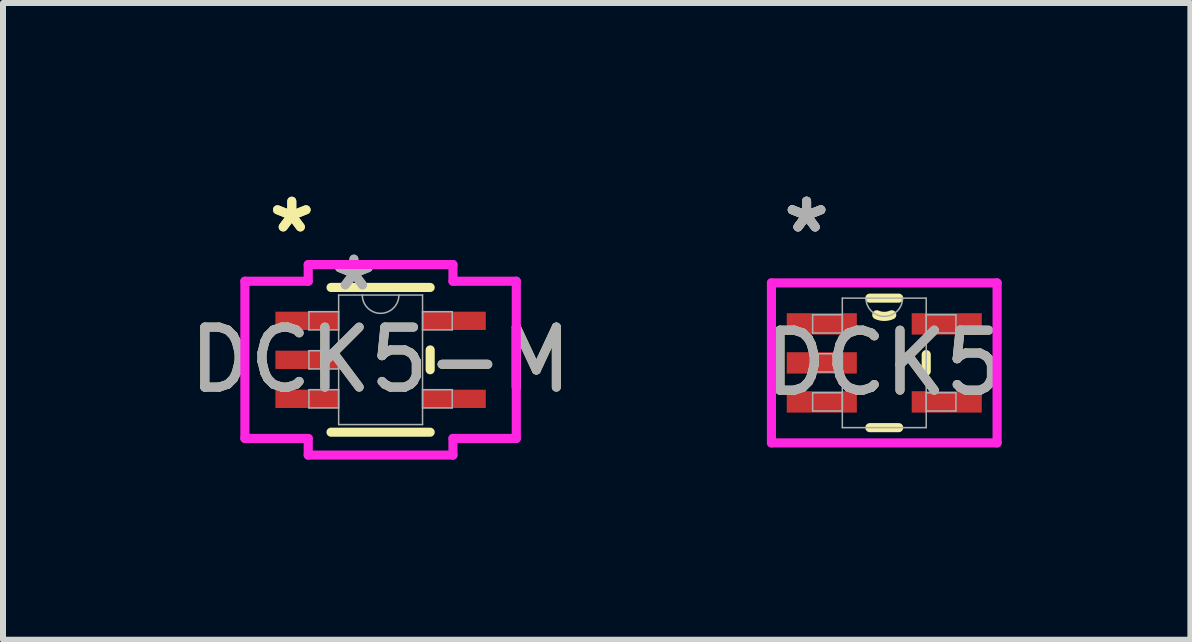
<source format=kicad_pcb>
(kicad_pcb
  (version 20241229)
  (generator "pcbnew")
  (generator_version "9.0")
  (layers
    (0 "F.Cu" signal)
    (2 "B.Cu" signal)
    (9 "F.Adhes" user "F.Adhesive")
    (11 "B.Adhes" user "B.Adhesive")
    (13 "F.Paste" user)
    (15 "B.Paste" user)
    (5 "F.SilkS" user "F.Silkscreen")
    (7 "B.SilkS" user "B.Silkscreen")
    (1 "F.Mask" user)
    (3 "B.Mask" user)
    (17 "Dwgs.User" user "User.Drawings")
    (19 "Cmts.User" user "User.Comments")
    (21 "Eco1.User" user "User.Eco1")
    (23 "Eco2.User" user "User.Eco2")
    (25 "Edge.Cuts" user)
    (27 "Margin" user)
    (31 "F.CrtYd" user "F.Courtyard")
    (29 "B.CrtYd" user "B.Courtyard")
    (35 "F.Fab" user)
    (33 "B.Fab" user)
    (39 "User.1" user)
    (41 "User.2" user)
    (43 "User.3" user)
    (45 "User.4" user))
  (footprint "DCK5-M"
    (layer "F.Cu")
    (at 3.292 2.946)
    (property "Reference" "DCK5-M" (at 0 0 0) (unlocked yes) (layer "F.SilkS") (effects (font (size 1 1) (thickness 0.15))))
    (attr smd)
    (fp_line (start -0.826 1.206) (end 0.826 1.206) (stroke (width 0.152) (type solid)) (layer "F.SilkS"))
    (fp_line (start 0.826 -1.206) (end -0.826 -1.206) (stroke (width 0.152) (type solid)) (layer "F.SilkS"))
    (fp_line (start 0.826 0.165) (end 0.826 -0.165) (stroke (width 0.152) (type solid)) (layer "F.SilkS"))
    (fp_line (start -2.261 -1.31) (end -1.206 -1.31) (stroke (width 0.152) (type solid)) (layer "F.CrtYd"))
    (fp_line (start -2.261 1.31) (end -2.261 -1.31) (stroke (width 0.152) (type solid)) (layer "F.CrtYd"))
    (fp_line (start -1.206 -1.587) (end 1.206 -1.587) (stroke (width 0.152) (type solid)) (layer "F.CrtYd"))
    (fp_line (start -1.206 -1.31) (end -1.206 -1.587) (stroke (width 0.152) (type solid)) (layer "F.CrtYd"))
    (fp_line (start -1.206 1.31) (end -2.261 1.31) (stroke (width 0.152) (type solid)) (layer "F.CrtYd"))
    (fp_line (start -1.206 1.587) (end -1.206 1.31) (stroke (width 0.152) (type solid)) (layer "F.CrtYd"))
    (fp_line (start 1.206 -1.587) (end 1.206 -1.31) (stroke (width 0.152) (type solid)) (layer "F.CrtYd"))
    (fp_line (start 1.206 -1.31) (end 2.261 -1.31) (stroke (width 0.152) (type solid)) (layer "F.CrtYd"))
    (fp_line (start 1.206 1.31) (end 1.206 1.587) (stroke (width 0.152) (type solid)) (layer "F.CrtYd"))
    (fp_line (start 1.206 1.587) (end -1.206 1.587) (stroke (width 0.152) (type solid)) (layer "F.CrtYd"))
    (fp_line (start 2.261 -1.31) (end 2.261 1.31) (stroke (width 0.152) (type solid)) (layer "F.CrtYd"))
    (fp_line (start 2.261 1.31) (end 1.206 1.31) (stroke (width 0.152) (type solid)) (layer "F.CrtYd"))
    (fp_line (start -1.194 -0.802) (end -1.194 -0.498) (stroke (width 0.025) (type solid)) (layer "F.Fab"))
    (fp_line (start -1.194 -0.498) (end -0.699 -0.498) (stroke (width 0.025) (type solid)) (layer "F.Fab"))
    (fp_line (start -1.194 -0.152) (end -1.194 0.152) (stroke (width 0.025) (type solid)) (layer "F.Fab"))
    (fp_line (start -1.194 0.152) (end -0.699 0.152) (stroke (width 0.025) (type solid)) (layer "F.Fab"))
    (fp_line (start -1.194 0.498) (end -1.194 0.802) (stroke (width 0.025) (type solid)) (layer "F.Fab"))
    (fp_line (start -1.194 0.802) (end -0.699 0.802) (stroke (width 0.025) (type solid)) (layer "F.Fab"))
    (fp_line (start -0.699 -1.079) (end -0.699 1.079) (stroke (width 0.025) (type solid)) (layer "F.Fab"))
    (fp_line (start -0.699 -0.802) (end -1.194 -0.802) (stroke (width 0.025) (type solid)) (layer "F.Fab"))
    (fp_line (start -0.699 -0.498) (end -0.699 -0.802) (stroke (width 0.025) (type solid)) (layer "F.Fab"))
    (fp_line (start -0.699 -0.152) (end -1.194 -0.152) (stroke (width 0.025) (type solid)) (layer "F.Fab"))
    (fp_line (start -0.699 0.152) (end -0.699 -0.152) (stroke (width 0.025) (type solid)) (layer "F.Fab"))
    (fp_line (start -0.699 0.498) (end -1.194 0.498) (stroke (width 0.025) (type solid)) (layer "F.Fab"))
    (fp_line (start -0.699 0.802) (end -0.699 0.498) (stroke (width 0.025) (type solid)) (layer "F.Fab"))
    (fp_line (start -0.699 1.079) (end 0.699 1.079) (stroke (width 0.025) (type solid)) (layer "F.Fab"))
    (fp_line (start 0.699 -1.079) (end -0.699 -1.079) (stroke (width 0.025) (type solid)) (layer "F.Fab"))
    (fp_line (start 0.699 -0.802) (end 0.699 -0.498) (stroke (width 0.025) (type solid)) (layer "F.Fab"))
    (fp_line (start 0.699 -0.498) (end 1.194 -0.498) (stroke (width 0.025) (type solid)) (layer "F.Fab"))
    (fp_line (start 0.699 0.498) (end 0.699 0.802) (stroke (width 0.025) (type solid)) (layer "F.Fab"))
    (fp_line (start 0.699 0.802) (end 1.194 0.802) (stroke (width 0.025) (type solid)) (layer "F.Fab"))
    (fp_line (start 0.699 1.079) (end 0.699 -1.079) (stroke (width 0.025) (type solid)) (layer "F.Fab"))
    (fp_line (start 1.194 -0.802) (end 0.699 -0.802) (stroke (width 0.025) (type solid)) (layer "F.Fab"))
    (fp_line (start 1.194 -0.498) (end 1.194 -0.802) (stroke (width 0.025) (type solid)) (layer "F.Fab"))
    (fp_line (start 1.194 0.498) (end 0.699 0.498) (stroke (width 0.025) (type solid)) (layer "F.Fab"))
    (fp_line (start 1.194 0.802) (end 1.194 0.498) (stroke (width 0.025) (type solid)) (layer "F.Fab"))
    (fp_arc (start 0.3048 -1.0795) (mid 0 -0.7747) (end -0.3048 -1.0795) (stroke (width 0.0254) (type solid)) (layer "F.Fab"))
    (fp_text user "*" (at -1.48 -2.098 0) (layer "F.SilkS") (effects (font (size 1 1) (thickness 0.15))))
    (fp_text user "*" (at -1.48 -2.098 0) (unlocked yes) (layer "F.SilkS") (effects (font (size 1 1) (thickness 0.15))))
    (fp_text user "*" (at -0.445 -1.133 0) (unlocked yes) (layer "F.Fab") (effects (font (size 1 1) (thickness 0.15))))
    (fp_text user "*" (at -0.445 -1.133 0) (layer "F.Fab") (effects (font (size 1 1) (thickness 0.15))))
    (fp_text user "${REFERENCE}" (at 0 0 0) (unlocked yes) (layer "F.Fab") (effects (font (size 1 1) (thickness 0.15))))
    (pad "1" smd rect (at -1.226 -0.65) (size 1.054 0.305) (layers "F.Cu" "F.Mask" "F.Paste"))
    (pad "2" smd rect (at -1.226 0) (size 1.054 0.305) (layers "F.Cu" "F.Mask" "F.Paste"))
    (pad "3" smd rect (at -1.226 0.65) (size 1.054 0.305) (layers "F.Cu" "F.Mask" "F.Paste"))
    (pad "4" smd rect (at 1.226 0.65) (size 1.054 0.305) (layers "F.Cu" "F.Mask" "F.Paste"))
    (pad "5" smd rect (at 1.226 -0.65) (size 1.054 0.305) (layers "F.Cu" "F.Mask" "F.Paste")))
  (footprint "DCK5"
    (layer "F.Cu")
    (at 11.685 2.997)
    (property "Reference" "DCK5" (at 0 0 0) (unlocked yes) (layer "F.SilkS") (effects (font (size 1 1) (thickness 0.15))))
    (attr smd)
    (fp_line (start -0.24 1.079) (end 0.24 1.079) (stroke (width 0.152) (type solid)) (layer "F.SilkS"))
    (fp_line (start 0.24 -1.079) (end -0.24 -1.079) (stroke (width 0.152) (type solid)) (layer "F.SilkS"))
    (fp_line (start 0.699 0.139) (end 0.699 -0.139) (stroke (width 0.152) (type solid)) (layer "F.SilkS"))
    (fp_arc (start 0.12446 -0.801269) (mid 0 -0.7747) (end -0.12446 -0.801269) (stroke (width 0.1524) (type solid)) (layer "F.SilkS"))
    (fp_line (start -1.88 -1.333) (end 1.88 -1.333) (stroke (width 0.152) (type solid)) (layer "F.CrtYd"))
    (fp_line (start -1.88 1.333) (end -1.88 -1.333) (stroke (width 0.152) (type solid)) (layer "F.CrtYd"))
    (fp_line (start 1.88 -1.333) (end 1.88 1.333) (stroke (width 0.152) (type solid)) (layer "F.CrtYd"))
    (fp_line (start 1.88 1.333) (end -1.88 1.333) (stroke (width 0.152) (type solid)) (layer "F.CrtYd"))
    (fp_line (start -1.194 -0.802) (end -1.194 -0.498) (stroke (width 0.025) (type solid)) (layer "F.Fab"))
    (fp_line (start -1.194 -0.498) (end -0.699 -0.498) (stroke (width 0.025) (type solid)) (layer "F.Fab"))
    (fp_line (start -1.194 -0.152) (end -1.194 0.152) (stroke (width 0.025) (type solid)) (layer "F.Fab"))
    (fp_line (start -1.194 0.152) (end -0.699 0.152) (stroke (width 0.025) (type solid)) (layer "F.Fab"))
    (fp_line (start -1.194 0.498) (end -1.194 0.802) (stroke (width 0.025) (type solid)) (layer "F.Fab"))
    (fp_line (start -1.194 0.802) (end -0.699 0.802) (stroke (width 0.025) (type solid)) (layer "F.Fab"))
    (fp_line (start -0.699 -1.079) (end -0.699 1.079) (stroke (width 0.025) (type solid)) (layer "F.Fab"))
    (fp_line (start -0.699 -0.802) (end -1.194 -0.802) (stroke (width 0.025) (type solid)) (layer "F.Fab"))
    (fp_line (start -0.699 -0.498) (end -0.699 -0.802) (stroke (width 0.025) (type solid)) (layer "F.Fab"))
    (fp_line (start -0.699 -0.152) (end -1.194 -0.152) (stroke (width 0.025) (type solid)) (layer "F.Fab"))
    (fp_line (start -0.699 0.152) (end -0.699 -0.152) (stroke (width 0.025) (type solid)) (layer "F.Fab"))
    (fp_line (start -0.699 0.498) (end -1.194 0.498) (stroke (width 0.025) (type solid)) (layer "F.Fab"))
    (fp_line (start -0.699 0.802) (end -0.699 0.498) (stroke (width 0.025) (type solid)) (layer "F.Fab"))
    (fp_line (start -0.699 1.079) (end 0.699 1.079) (stroke (width 0.025) (type solid)) (layer "F.Fab"))
    (fp_line (start 0.699 -1.079) (end -0.699 -1.079) (stroke (width 0.025) (type solid)) (layer "F.Fab"))
    (fp_line (start 0.699 -0.802) (end 0.699 -0.498) (stroke (width 0.025) (type solid)) (layer "F.Fab"))
    (fp_line (start 0.699 -0.498) (end 1.194 -0.498) (stroke (width 0.025) (type solid)) (layer "F.Fab"))
    (fp_line (start 0.699 0.498) (end 0.699 0.802) (stroke (width 0.025) (type solid)) (layer "F.Fab"))
    (fp_line (start 0.699 0.802) (end 1.194 0.802) (stroke (width 0.025) (type solid)) (layer "F.Fab"))
    (fp_line (start 0.699 1.079) (end 0.699 -1.079) (stroke (width 0.025) (type solid)) (layer "F.Fab"))
    (fp_line (start 1.194 -0.802) (end 0.699 -0.802) (stroke (width 0.025) (type solid)) (layer "F.Fab"))
    (fp_line (start 1.194 -0.498) (end 1.194 -0.802) (stroke (width 0.025) (type solid)) (layer "F.Fab"))
    (fp_line (start 1.194 0.498) (end 0.699 0.498) (stroke (width 0.025) (type solid)) (layer "F.Fab"))
    (fp_line (start 1.194 0.802) (end 1.194 0.498) (stroke (width 0.025) (type solid)) (layer "F.Fab"))
    (fp_arc (start 0.3048 -1.0795) (mid 0 -0.7747) (end -0.3048 -1.0795) (stroke (width 0.0254) (type solid)) (layer "F.Fab"))
    (fp_text user "*" (at -1.295 -2.149 0) (layer "F.SilkS") (effects (font (size 1 1) (thickness 0.15))))
    (fp_text user "*" (at -1.295 -2.149 0) (unlocked yes) (layer "F.SilkS") (effects (font (size 1 1) (thickness 0.15))))
    (fp_text user "${REFERENCE}" (at 0 0 0) (unlocked yes) (layer "F.Fab") (effects (font (size 1 1) (thickness 0.15))))
    (fp_text user "*" (at -1.295 -2.149 0) (unlocked yes) (layer "F.Fab") (effects (font (size 1 1) (thickness 0.15))))
    (fp_text user "*" (at -1.295 -2.149 0) (layer "F.Fab") (effects (font (size 1 1) (thickness 0.15))))
    (pad "1" smd rect (at -1.041 -0.65) (size 1.168 0.356) (layers "F.Cu" "F.Mask" "F.Paste"))
    (pad "2" smd rect (at -1.041 0) (size 1.168 0.356) (layers "F.Cu" "F.Mask" "F.Paste"))
    (pad "3" smd rect (at -1.041 0.65) (size 1.168 0.356) (layers "F.Cu" "F.Mask" "F.Paste"))
    (pad "4" smd rect (at 1.041 0.65) (size 1.168 0.356) (layers "F.Cu" "F.Mask" "F.Paste"))
    (pad "5" smd rect (at 1.041 -0.65) (size 1.168 0.356) (layers "F.Cu" "F.Mask" "F.Paste")))
  (gr_rect
    (start -3 -3)
    (end 16.786 7.61)
    (stroke (width 0.1) (type default))
    (fill no)
    (layer "Edge.Cuts")))
</source>
